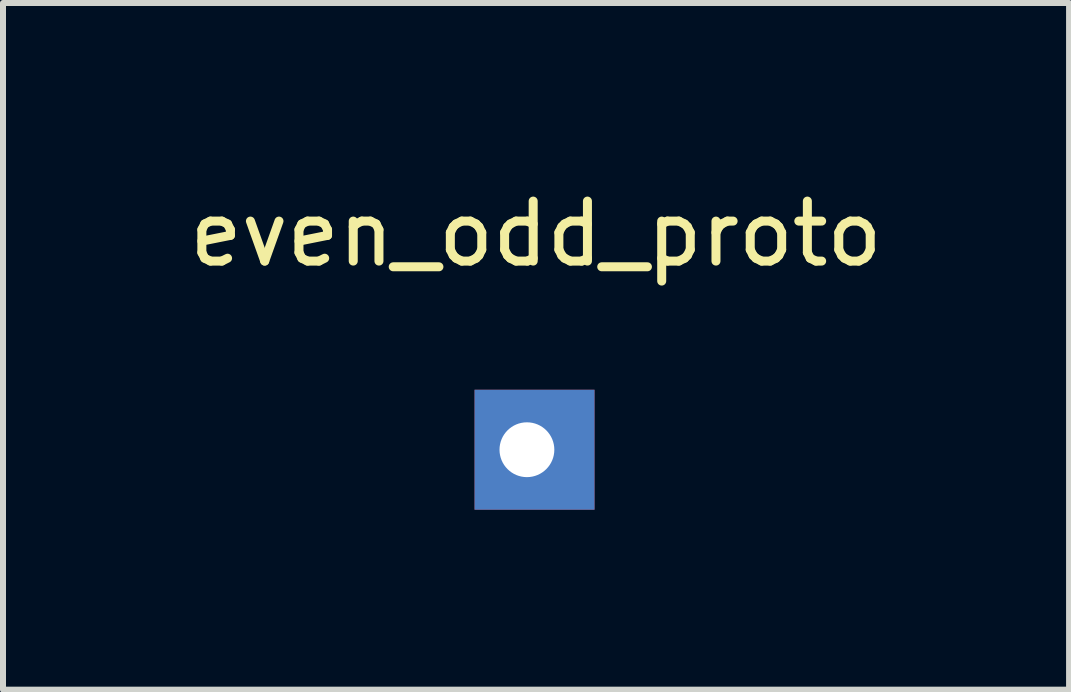
<source format=kicad_pcb>
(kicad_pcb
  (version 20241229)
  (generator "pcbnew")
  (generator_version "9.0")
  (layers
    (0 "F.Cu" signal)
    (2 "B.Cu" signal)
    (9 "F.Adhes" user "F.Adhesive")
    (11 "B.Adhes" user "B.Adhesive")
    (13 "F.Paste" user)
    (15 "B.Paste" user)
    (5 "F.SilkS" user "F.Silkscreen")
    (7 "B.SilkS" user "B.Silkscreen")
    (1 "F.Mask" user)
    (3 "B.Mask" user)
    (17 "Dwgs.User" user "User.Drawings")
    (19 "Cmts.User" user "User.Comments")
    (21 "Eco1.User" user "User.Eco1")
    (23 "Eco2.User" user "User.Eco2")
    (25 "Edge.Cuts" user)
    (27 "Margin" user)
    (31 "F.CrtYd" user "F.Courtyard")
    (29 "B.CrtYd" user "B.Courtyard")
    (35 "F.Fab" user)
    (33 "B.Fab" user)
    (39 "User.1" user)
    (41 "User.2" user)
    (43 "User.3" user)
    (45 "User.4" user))
  (footprint "even_odd_proto"
    (layer "F.Cu")
    (at 5.862 4.448)
    (property "Reference" "even_odd_proto" (at 0.025 -3.6 0) (layer "F.SilkS") (effects (font (size 1 1) (thickness 0.15))))
    (attr exclude_from_pos_files exclude_from_bom)
    (pad "1" thru_hole rect (at -0.127 0) (size 2 2) (drill 0.914 (offset 0.127 0)) (layers "*.Cu" "*.Mask")))
  (gr_rect
    (start -3 -3)
    (end 14.774 8.448)
    (stroke (width 0.1) (type default))
    (fill no)
    (layer "Edge.Cuts")))
</source>
